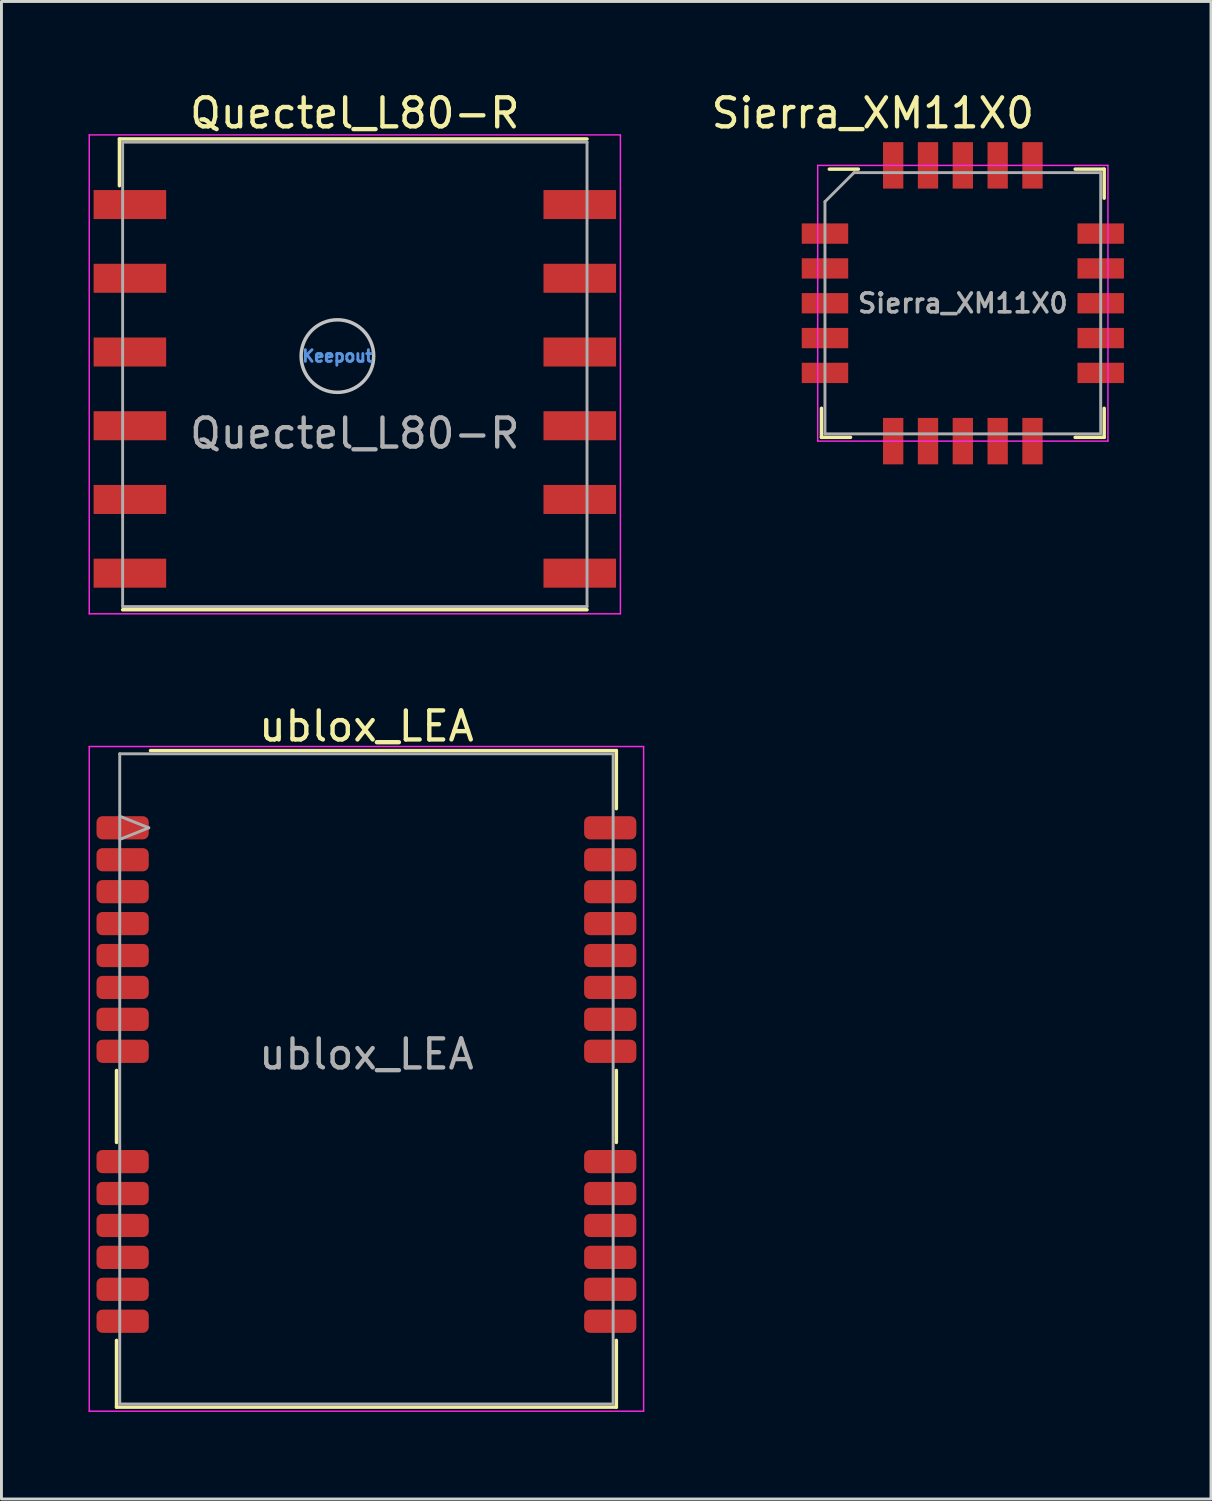
<source format=kicad_pcb>
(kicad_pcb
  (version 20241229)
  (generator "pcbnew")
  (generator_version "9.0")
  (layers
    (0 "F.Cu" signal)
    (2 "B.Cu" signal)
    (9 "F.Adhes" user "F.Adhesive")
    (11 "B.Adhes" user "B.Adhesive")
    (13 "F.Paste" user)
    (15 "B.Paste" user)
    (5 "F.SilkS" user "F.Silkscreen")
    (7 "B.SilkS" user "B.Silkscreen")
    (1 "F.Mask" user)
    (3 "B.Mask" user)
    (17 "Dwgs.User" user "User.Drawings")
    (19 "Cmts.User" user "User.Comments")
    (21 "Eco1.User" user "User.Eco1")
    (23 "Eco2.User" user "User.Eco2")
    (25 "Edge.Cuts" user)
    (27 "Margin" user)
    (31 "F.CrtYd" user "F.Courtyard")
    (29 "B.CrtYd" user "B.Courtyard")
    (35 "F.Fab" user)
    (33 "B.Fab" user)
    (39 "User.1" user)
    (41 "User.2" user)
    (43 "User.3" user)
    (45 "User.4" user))
  (footprint "ublox_LEA"
    (layer "F.Cu")
    (at 9.575 33.971)
    (property "Reference" "ublox_LEA" (at 0 -12 0) (layer "F.SilkS") (effects (font (size 1 1) (thickness 0.15))))
    (attr smd)
    (fp_line (start -8.61 -0.14) (end -8.61 2.34) (stroke (width 0.12) (type solid)) (layer "F.SilkS"))
    (fp_line (start -8.61 9.16) (end -8.61 11.46) (stroke (width 0.12) (type solid)) (layer "F.SilkS"))
    (fp_line (start -8.61 11.46) (end 8.61 11.46) (stroke (width 0.12) (type solid)) (layer "F.SilkS"))
    (fp_line (start -7.44 -11.16) (end 8.61 -11.16) (stroke (width 0.12) (type solid)) (layer "F.SilkS"))
    (fp_line (start 8.61 -11.16) (end 8.61 -9.16) (stroke (width 0.12) (type solid)) (layer "F.SilkS"))
    (fp_line (start 8.61 -0.14) (end 8.61 2.34) (stroke (width 0.12) (type solid)) (layer "F.SilkS"))
    (fp_line (start 8.61 9.16) (end 8.61 11.46) (stroke (width 0.12) (type solid)) (layer "F.SilkS"))
    (fp_line (start -9.55 -11.3) (end -9.55 11.6) (stroke (width 0.05) (type solid)) (layer "F.CrtYd"))
    (fp_line (start -9.55 -11.3) (end 9.55 -11.3) (stroke (width 0.05) (type solid)) (layer "F.CrtYd"))
    (fp_line (start -9.55 11.6) (end 9.55 11.6) (stroke (width 0.05) (type solid)) (layer "F.CrtYd"))
    (fp_line (start 9.55 -11.3) (end 9.55 11.6) (stroke (width 0.05) (type solid)) (layer "F.CrtYd"))
    (fp_line (start -8.5 -11.05) (end -8.5 11.35) (stroke (width 0.1) (type solid)) (layer "F.Fab"))
    (fp_line (start -8.5 -11.05) (end 8.5 -11.05) (stroke (width 0.1) (type solid)) (layer "F.Fab"))
    (fp_line (start -8.5 -8.9) (end -7.5 -8.5) (stroke (width 0.1) (type solid)) (layer "F.Fab"))
    (fp_line (start -8.5 11.35) (end 8.5 11.35) (stroke (width 0.1) (type solid)) (layer "F.Fab"))
    (fp_line (start -7.5 -8.5) (end -8.5 -8.1) (stroke (width 0.1) (type solid)) (layer "F.Fab"))
    (fp_line (start 8.5 -11.05) (end 8.5 11.35) (stroke (width 0.1) (type solid)) (layer "F.Fab"))
    (fp_text user "${REFERENCE}" (at 0 -0.7 0) (layer "F.Fab") (effects (font (size 1 1) (thickness 0.15))))
    (pad "1" smd roundrect (at -8.4 -8.5) (size 1.8 0.8) (layers "F.Cu" "F.Mask" "F.Paste") (roundrect_rratio 0.25))
    (pad "2" smd roundrect (at -8.4 -7.4) (size 1.8 0.8) (layers "F.Cu" "F.Mask" "F.Paste") (roundrect_rratio 0.25))
    (pad "3" smd roundrect (at -8.4 -6.3) (size 1.8 0.8) (layers "F.Cu" "F.Mask" "F.Paste") (roundrect_rratio 0.25))
    (pad "4" smd roundrect (at -8.4 -5.2) (size 1.8 0.8) (layers "F.Cu" "F.Mask" "F.Paste") (roundrect_rratio 0.25))
    (pad "5" smd roundrect (at -8.4 -4.1) (size 1.8 0.8) (layers "F.Cu" "F.Mask" "F.Paste") (roundrect_rratio 0.25))
    (pad "6" smd roundrect (at -8.4 -3) (size 1.8 0.8) (layers "F.Cu" "F.Mask" "F.Paste") (roundrect_rratio 0.25))
    (pad "7" smd roundrect (at -8.4 -1.9) (size 1.8 0.8) (layers "F.Cu" "F.Mask" "F.Paste") (roundrect_rratio 0.25))
    (pad "8" smd roundrect (at -8.4 -0.8) (size 1.8 0.8) (layers "F.Cu" "F.Mask" "F.Paste") (roundrect_rratio 0.25))
    (pad "9" smd roundrect (at -8.4 3) (size 1.8 0.8) (layers "F.Cu" "F.Mask" "F.Paste") (roundrect_rratio 0.25))
    (pad "10" smd roundrect (at -8.4 4.1) (size 1.8 0.8) (layers "F.Cu" "F.Mask" "F.Paste") (roundrect_rratio 0.25))
    (pad "11" smd roundrect (at -8.4 5.2) (size 1.8 0.8) (layers "F.Cu" "F.Mask" "F.Paste") (roundrect_rratio 0.25))
    (pad "12" smd roundrect (at -8.4 6.3) (size 1.8 0.8) (layers "F.Cu" "F.Mask" "F.Paste") (roundrect_rratio 0.25))
    (pad "13" smd roundrect (at -8.4 7.4) (size 1.8 0.8) (layers "F.Cu" "F.Mask" "F.Paste") (roundrect_rratio 0.25))
    (pad "14" smd roundrect (at -8.4 8.5) (size 1.8 0.8) (layers "F.Cu" "F.Mask" "F.Paste") (roundrect_rratio 0.25))
    (pad "15" smd roundrect (at 8.4 8.5) (size 1.8 0.8) (layers "F.Cu" "F.Mask" "F.Paste") (roundrect_rratio 0.25))
    (pad "16" smd roundrect (at 8.4 7.4) (size 1.8 0.8) (layers "F.Cu" "F.Mask" "F.Paste") (roundrect_rratio 0.25))
    (pad "17" smd roundrect (at 8.4 6.3) (size 1.8 0.8) (layers "F.Cu" "F.Mask" "F.Paste") (roundrect_rratio 0.25))
    (pad "18" smd roundrect (at 8.4 5.2) (size 1.8 0.8) (layers "F.Cu" "F.Mask" "F.Paste") (roundrect_rratio 0.25))
    (pad "19" smd roundrect (at 8.4 4.1) (size 1.8 0.8) (layers "F.Cu" "F.Mask" "F.Paste") (roundrect_rratio 0.25))
    (pad "20" smd roundrect (at 8.4 3) (size 1.8 0.8) (layers "F.Cu" "F.Mask" "F.Paste") (roundrect_rratio 0.25))
    (pad "21" smd roundrect (at 8.4 -0.8) (size 1.8 0.8) (layers "F.Cu" "F.Mask" "F.Paste") (roundrect_rratio 0.25))
    (pad "22" smd roundrect (at 8.4 -1.9) (size 1.8 0.8) (layers "F.Cu" "F.Mask" "F.Paste") (roundrect_rratio 0.25))
    (pad "23" smd roundrect (at 8.4 -3) (size 1.8 0.8) (layers "F.Cu" "F.Mask" "F.Paste") (roundrect_rratio 0.25))
    (pad "24" smd roundrect (at 8.4 -4.1) (size 1.8 0.8) (layers "F.Cu" "F.Mask" "F.Paste") (roundrect_rratio 0.25))
    (pad "25" smd roundrect (at 8.4 -5.2) (size 1.8 0.8) (layers "F.Cu" "F.Mask" "F.Paste") (roundrect_rratio 0.25))
    (pad "26" smd roundrect (at 8.4 -6.3) (size 1.8 0.8) (layers "F.Cu" "F.Mask" "F.Paste") (roundrect_rratio 0.25))
    (pad "27" smd roundrect (at 8.4 -7.4) (size 1.8 0.8) (layers "F.Cu" "F.Mask" "F.Paste") (roundrect_rratio 0.25))
    (pad "28" smd roundrect (at 8.4 -8.5) (size 1.8 0.8) (layers "F.Cu" "F.Mask" "F.Paste") (roundrect_rratio 0.25)))
  (footprint "Quectel_L80-R"
    (layer "F.Cu")
    (at 9.175 10.348)
    (property "Reference" "Quectel_L80-R" (at 0 -9.5 180) (layer "F.SilkS") (effects (font (size 1 1) (thickness 0.15))))
    (attr smd)
    (fp_line (start -8.11 -8.61) (end -8.11 -7) (stroke (width 0.12) (type solid)) (layer "F.SilkS"))
    (fp_line (start 8 -8.61) (end -8.11 -8.61) (stroke (width 0.12) (type solid)) (layer "F.SilkS"))
    (fp_line (start 8 7.61) (end -8 7.61) (stroke (width 0.12) (type solid)) (layer "F.SilkS"))
    (fp_circle (center -0.6 -1.13) (end 0.65 -1.13) (stroke (width 0.12) (type solid)) (fill no) (layer "Dwgs.User"))
    (fp_line (start -9.15 -8.75) (end -9.15 7.75) (stroke (width 0.05) (type solid)) (layer "F.CrtYd"))
    (fp_line (start -9.15 -8.75) (end 9.15 -8.75) (stroke (width 0.05) (type solid)) (layer "F.CrtYd"))
    (fp_line (start -9.15 7.75) (end 9.15 7.75) (stroke (width 0.05) (type solid)) (layer "F.CrtYd"))
    (fp_line (start 9.15 7.75) (end 9.15 -8.75) (stroke (width 0.05) (type solid)) (layer "F.CrtYd"))
    (fp_line (start -8 7.5) (end -8 -8.5) (stroke (width 0.1) (type solid)) (layer "F.Fab"))
    (fp_line (start 8 -8.5) (end -8 -8.5) (stroke (width 0.1) (type solid)) (layer "F.Fab"))
    (fp_line (start 8 7.5) (end -8 7.5) (stroke (width 0.1) (type solid)) (layer "F.Fab"))
    (fp_line (start 8 7.5) (end 8 -8.5) (stroke (width 0.1) (type solid)) (layer "F.Fab"))
    (fp_text user "Keepout" (at -0.6 -1.13 0) (layer "Cmts.User") (effects (font (size 0.4 0.4) (thickness 0.1))))
    (fp_text user "${REFERENCE}" (at 0 1.532 0) (layer "F.Fab") (effects (font (size 1 1) (thickness 0.15))))
    (pad "1" smd rect (at -7.75 -6.35 180) (size 2.5 1) (layers "F.Cu" "F.Mask" "F.Paste"))
    (pad "2" smd rect (at -7.75 -3.81 180) (size 2.5 1) (layers "F.Cu" "F.Mask" "F.Paste"))
    (pad "3" smd rect (at -7.75 -1.27 180) (size 2.5 1) (layers "F.Cu" "F.Mask" "F.Paste"))
    (pad "4" smd rect (at -7.75 1.27 180) (size 2.5 1) (layers "F.Cu" "F.Mask" "F.Paste"))
    (pad "5" smd rect (at -7.75 3.81 180) (size 2.5 1) (layers "F.Cu" "F.Mask" "F.Paste"))
    (pad "6" smd rect (at -7.75 6.35 180) (size 2.5 1) (layers "F.Cu" "F.Mask" "F.Paste"))
    (pad "7" smd rect (at 7.75 6.35 180) (size 2.5 1) (layers "F.Cu" "F.Mask" "F.Paste"))
    (pad "8" smd rect (at 7.75 3.81 180) (size 2.5 1) (layers "F.Cu" "F.Mask" "F.Paste"))
    (pad "9" smd rect (at 7.75 1.27 180) (size 2.5 1) (layers "F.Cu" "F.Mask" "F.Paste"))
    (pad "10" smd rect (at 7.75 -1.27 180) (size 2.5 1) (layers "F.Cu" "F.Mask" "F.Paste"))
    (pad "11" smd rect (at 7.75 -3.81 180) (size 2.5 1) (layers "F.Cu" "F.Mask" "F.Paste"))
    (pad "12" smd rect (at 7.75 -6.35 180) (size 2.5 1) (layers "F.Cu" "F.Mask" "F.Paste")))
  (footprint "Sierra_XM11X0"
    (layer "F.Cu")
    (at 30.123 7.398)
    (property "Reference" "Sierra_XM11X0" (at -3.1 -6.55 0) (layer "F.SilkS") (effects (font (size 1 1) (thickness 0.15))))
    (attr smd)
    (fp_line (start -4.87 4.62) (end -4.87 3.62) (stroke (width 0.12) (type solid)) (layer "F.SilkS"))
    (fp_line (start -4.6 -4.62) (end -3.6 -4.62) (stroke (width 0.12) (type solid)) (layer "F.SilkS"))
    (fp_line (start -3.87 4.62) (end -4.87 4.62) (stroke (width 0.12) (type solid)) (layer "F.SilkS"))
    (fp_line (start 3.87 -4.62) (end 4.87 -4.62) (stroke (width 0.12) (type solid)) (layer "F.SilkS"))
    (fp_line (start 3.87 4.62) (end 4.87 4.62) (stroke (width 0.12) (type solid)) (layer "F.SilkS"))
    (fp_line (start 4.87 -4.62) (end 4.87 -3.62) (stroke (width 0.12) (type solid)) (layer "F.SilkS"))
    (fp_line (start 4.87 4.62) (end 4.87 3.62) (stroke (width 0.12) (type solid)) (layer "F.SilkS"))
    (fp_line (start -5 -4.75) (end -5 4.75) (stroke (width 0.05) (type solid)) (layer "F.CrtYd"))
    (fp_line (start -5 4.75) (end 5 4.75) (stroke (width 0.05) (type solid)) (layer "F.CrtYd"))
    (fp_line (start 5 -4.75) (end -5 -4.75) (stroke (width 0.05) (type solid)) (layer "F.CrtYd"))
    (fp_line (start 5 4.75) (end 5 -4.75) (stroke (width 0.05) (type solid)) (layer "F.CrtYd"))
    (fp_line (start -4.75 -3.5) (end -3.75 -4.5) (stroke (width 0.1) (type solid)) (layer "F.Fab"))
    (fp_line (start -4.75 4.5) (end -4.75 -3.5) (stroke (width 0.1) (type solid)) (layer "F.Fab"))
    (fp_line (start -3.75 -4.5) (end 4.75 -4.5) (stroke (width 0.1) (type solid)) (layer "F.Fab"))
    (fp_line (start 4.75 -4.5) (end 4.75 4.5) (stroke (width 0.1) (type solid)) (layer "F.Fab"))
    (fp_line (start 4.75 4.5) (end -4.75 4.5) (stroke (width 0.1) (type solid)) (layer "F.Fab"))
    (fp_text user "${REFERENCE}" (at 0 0 0) (layer "F.Fab") (effects (font (size 0.65 0.65) (thickness 0.125))))
    (pad "1" smd rect (at -4.75 -2.4) (size 1.6 0.7) (layers "F.Cu" "F.Mask" "F.Paste"))
    (pad "2" smd rect (at -4.75 -1.2) (size 1.6 0.7) (layers "F.Cu" "F.Mask" "F.Paste"))
    (pad "3" smd rect (at -4.75 0) (size 1.6 0.7) (layers "F.Cu" "F.Mask" "F.Paste"))
    (pad "4" smd rect (at -4.75 1.2) (size 1.6 0.7) (layers "F.Cu" "F.Mask" "F.Paste"))
    (pad "5" smd rect (at -4.75 2.4) (size 1.6 0.7) (layers "F.Cu" "F.Mask" "F.Paste"))
    (pad "6" smd rect (at -2.4 4.75) (size 0.7 1.6) (layers "F.Cu" "F.Mask" "F.Paste"))
    (pad "7" smd rect (at -1.2 4.75) (size 0.7 1.6) (layers "F.Cu" "F.Mask" "F.Paste"))
    (pad "8" smd rect (at 0 4.75) (size 0.7 1.6) (layers "F.Cu" "F.Mask" "F.Paste"))
    (pad "9" smd rect (at 1.2 4.75) (size 0.7 1.6) (layers "F.Cu" "F.Mask" "F.Paste"))
    (pad "10" smd rect (at 2.4 4.75) (size 0.7 1.6) (layers "F.Cu" "F.Mask" "F.Paste"))
    (pad "11" smd rect (at 4.75 2.4) (size 1.6 0.7) (layers "F.Cu" "F.Mask" "F.Paste"))
    (pad "12" smd rect (at 4.75 1.2) (size 1.6 0.7) (layers "F.Cu" "F.Mask" "F.Paste"))
    (pad "13" smd rect (at 4.75 0) (size 1.6 0.7) (layers "F.Cu" "F.Mask" "F.Paste"))
    (pad "14" smd rect (at 4.75 -1.2) (size 1.6 0.7) (layers "F.Cu" "F.Mask" "F.Paste"))
    (pad "15" smd rect (at 4.75 -2.4) (size 1.6 0.7) (layers "F.Cu" "F.Mask" "F.Paste"))
    (pad "16" smd rect (at 2.4 -4.75) (size 0.7 1.6) (layers "F.Cu" "F.Mask" "F.Paste"))
    (pad "17" smd rect (at 1.2 -4.75) (size 0.7 1.6) (layers "F.Cu" "F.Mask" "F.Paste"))
    (pad "18" smd rect (at 0 -4.75) (size 0.7 1.6) (layers "F.Cu" "F.Mask" "F.Paste"))
    (pad "19" smd rect (at -1.2 -4.75) (size 0.7 1.6) (layers "F.Cu" "F.Mask" "F.Paste"))
    (pad "20" smd rect (at -2.4 -4.75) (size 0.7 1.6) (layers "F.Cu" "F.Mask" "F.Paste")))
  (gr_rect
    (start -3 -3)
    (end 38.673 48.596)
    (stroke (width 0.1) (type default))
    (fill no)
    (layer "Edge.Cuts")))
</source>
